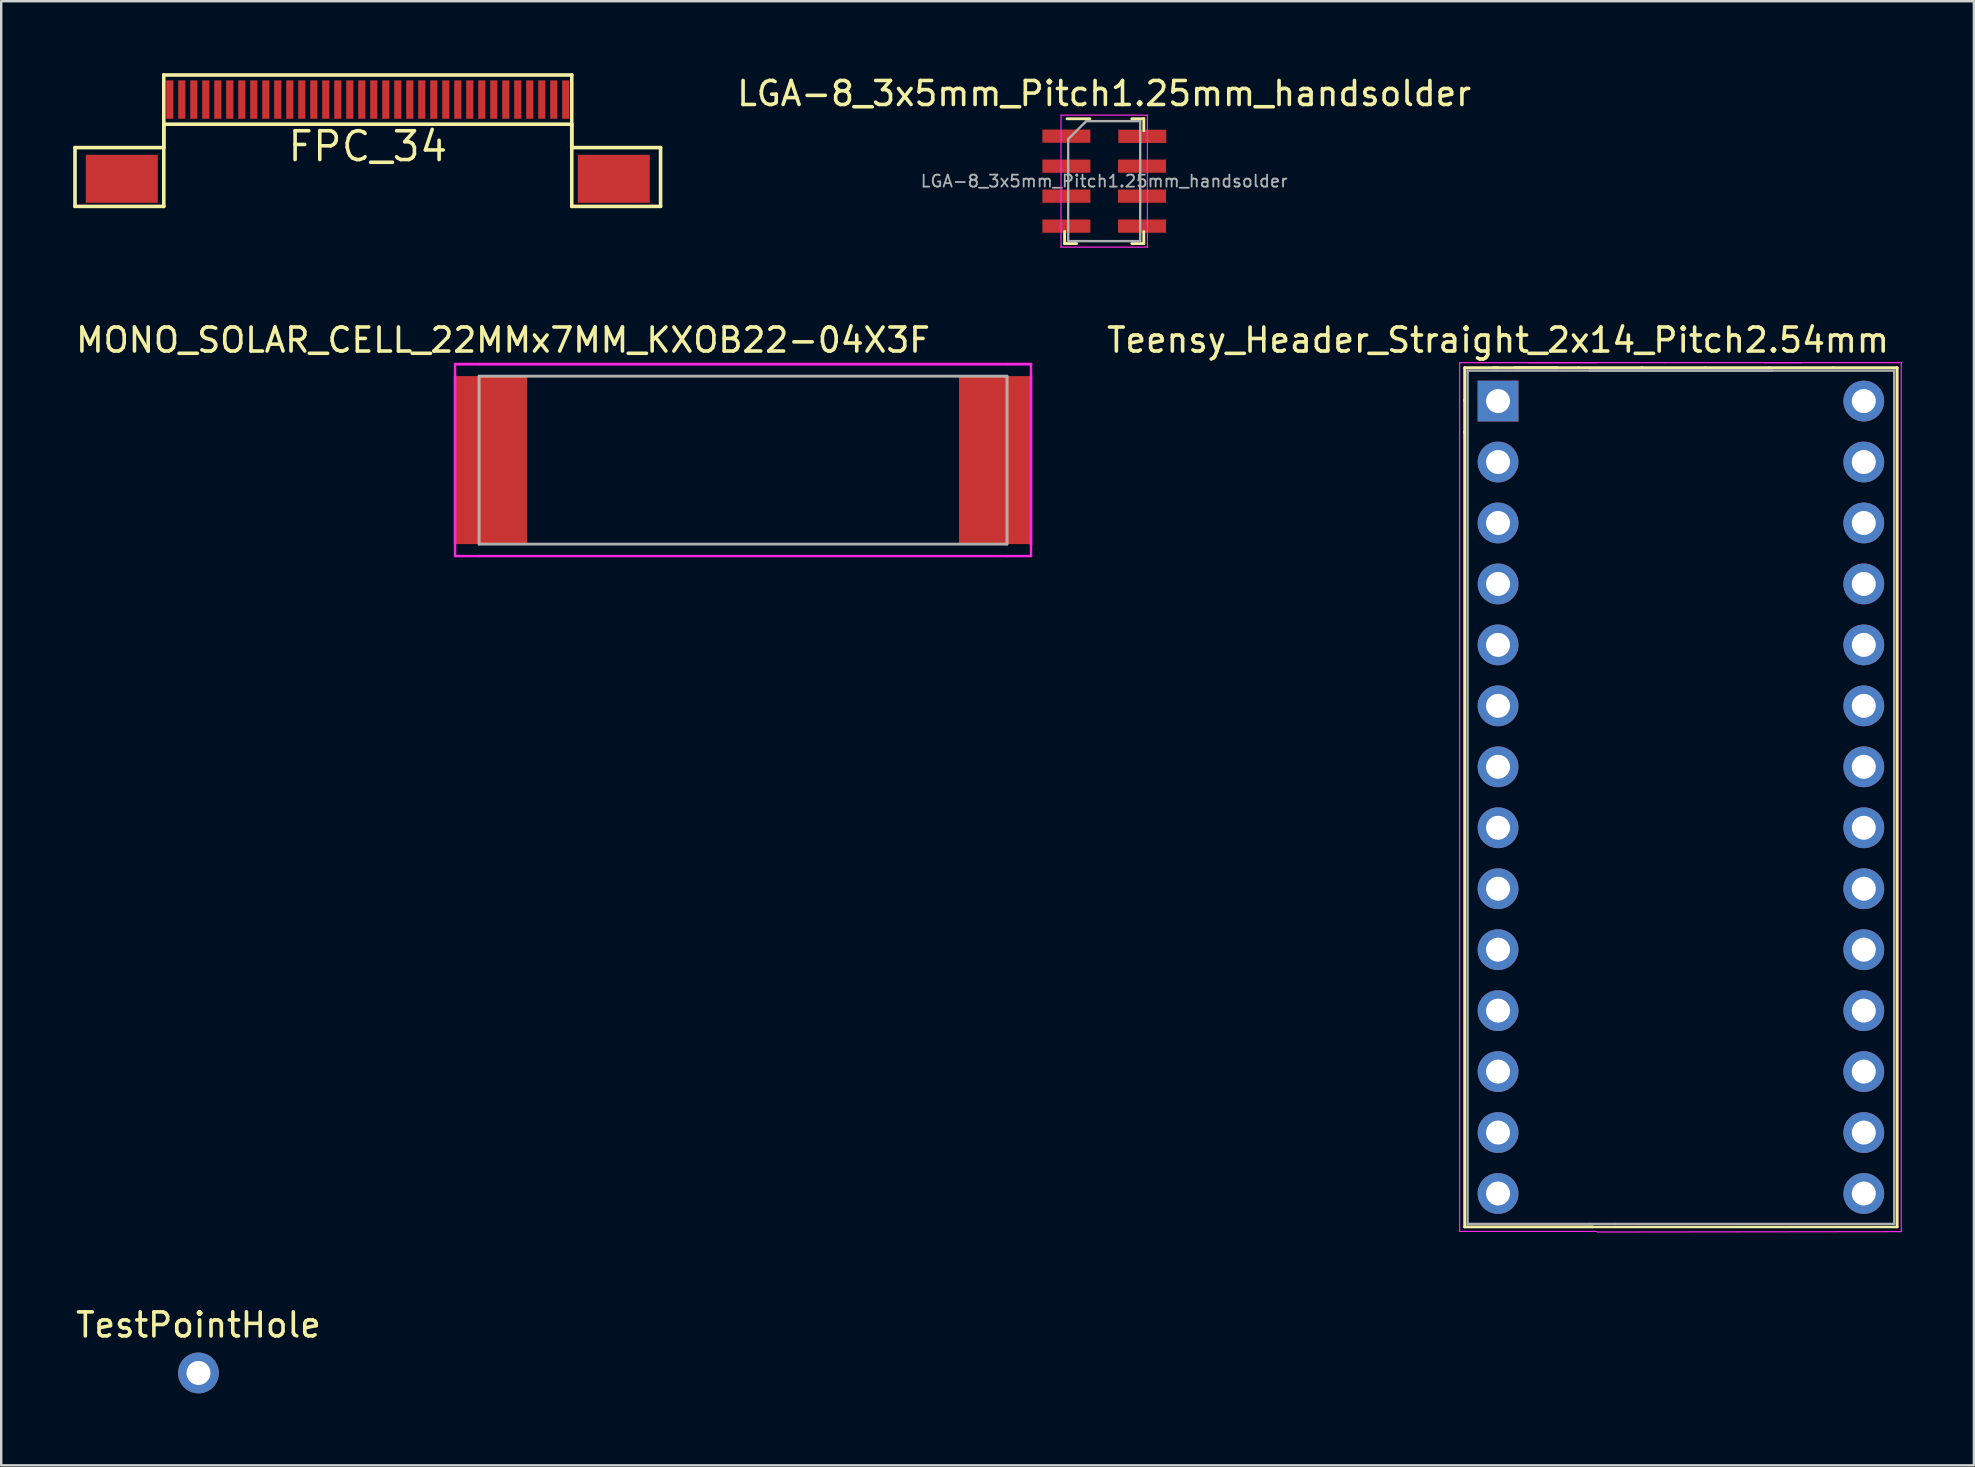
<source format=kicad_pcb>
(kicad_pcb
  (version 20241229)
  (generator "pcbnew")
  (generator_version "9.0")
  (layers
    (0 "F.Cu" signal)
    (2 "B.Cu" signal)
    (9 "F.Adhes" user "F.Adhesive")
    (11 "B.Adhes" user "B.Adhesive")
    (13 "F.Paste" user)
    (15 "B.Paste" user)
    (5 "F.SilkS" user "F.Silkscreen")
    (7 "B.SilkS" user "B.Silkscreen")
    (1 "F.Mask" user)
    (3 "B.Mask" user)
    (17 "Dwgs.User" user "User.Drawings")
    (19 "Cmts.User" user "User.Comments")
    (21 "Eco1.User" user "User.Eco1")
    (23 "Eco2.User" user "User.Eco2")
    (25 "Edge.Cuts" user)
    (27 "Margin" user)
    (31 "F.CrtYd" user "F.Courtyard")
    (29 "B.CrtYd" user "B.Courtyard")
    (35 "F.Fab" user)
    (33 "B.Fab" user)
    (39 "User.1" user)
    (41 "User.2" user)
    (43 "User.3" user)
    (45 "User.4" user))
  (footprint "LGA-8_3x5mm_Pitch1.25mm_handsolder"
    (layer "F.Cu")
    (at 42.961 4.498)
    (property "Reference" "LGA-8_3x5mm_Pitch1.25mm_handsolder" (at 0 -3.65 0) (layer "F.SilkS") (effects (font (size 1 1) (thickness 0.15))))
    (attr smd)
    (fp_line (start -1.65 2.6) (end -1.65 2.1) (stroke (width 0.12) (type solid)) (layer "F.SilkS"))
    (fp_line (start -1.55 -2.6) (end -0.6 -2.6) (stroke (width 0.12) (type solid)) (layer "F.SilkS"))
    (fp_line (start -1.15 2.6) (end -1.65 2.6) (stroke (width 0.12) (type solid)) (layer "F.SilkS"))
    (fp_line (start 1.15 -2.6) (end 1.65 -2.6) (stroke (width 0.12) (type solid)) (layer "F.SilkS"))
    (fp_line (start 1.65 -2.6) (end 1.65 -2.1) (stroke (width 0.12) (type solid)) (layer "F.SilkS"))
    (fp_line (start 1.65 2.1) (end 1.65 2.6) (stroke (width 0.12) (type solid)) (layer "F.SilkS"))
    (fp_line (start 1.65 2.6) (end 1.15 2.6) (stroke (width 0.12) (type solid)) (layer "F.SilkS"))
    (fp_line (start -1.8 -2.75) (end -1.8 2.75) (stroke (width 0.05) (type solid)) (layer "F.CrtYd"))
    (fp_line (start -1.8 -2.75) (end 1.8 -2.75) (stroke (width 0.05) (type solid)) (layer "F.CrtYd"))
    (fp_line (start 1.8 2.75) (end -1.8 2.75) (stroke (width 0.05) (type solid)) (layer "F.CrtYd"))
    (fp_line (start 1.8 2.75) (end 1.8 -2.75) (stroke (width 0.05) (type solid)) (layer "F.CrtYd"))
    (fp_line (start -1.5 -1.75) (end -0.75 -2.5) (stroke (width 0.1) (type solid)) (layer "F.Fab"))
    (fp_line (start -1.5 2.5) (end -1.5 -1.75) (stroke (width 0.1) (type solid)) (layer "F.Fab"))
    (fp_line (start -0.75 -2.5) (end 1.5 -2.5) (stroke (width 0.1) (type solid)) (layer "F.Fab"))
    (fp_line (start 1.5 -2.5) (end 1.5 2.5) (stroke (width 0.1) (type solid)) (layer "F.Fab"))
    (fp_line (start 1.5 2.5) (end -1.5 2.5) (stroke (width 0.1) (type solid)) (layer "F.Fab"))
    (fp_text user "${REFERENCE}" (at 0 0 0) (layer "F.Fab") (effects (font (size 0.5 0.5) (thickness 0.075))))
    (pad "1" smd rect (at -1.575 -1.875) (size 2 0.55) (layers "F.Cu" "F.Mask" "F.Paste"))
    (pad "2" smd rect (at -1.575 -0.625) (size 2 0.55) (layers "F.Cu" "F.Mask" "F.Paste"))
    (pad "3" smd rect (at -1.575 0.625) (size 2 0.55) (layers "F.Cu" "F.Mask" "F.Paste"))
    (pad "4" smd rect (at -1.575 1.875) (size 2 0.55) (layers "F.Cu" "F.Mask" "F.Paste"))
    (pad "5" smd rect (at 1.575 1.875) (size 2 0.55) (layers "F.Cu" "F.Mask" "F.Paste"))
    (pad "6" smd rect (at 1.575 0.625) (size 2 0.55) (layers "F.Cu" "F.Mask" "F.Paste"))
    (pad "7" smd rect (at 1.575 -0.625) (size 2 0.55) (layers "F.Cu" "F.Mask" "F.Paste"))
    (pad "8" smd rect (at 1.587 -1.867) (size 2 0.55) (layers "F.Cu" "F.Mask" "F.Paste")))
  (footprint "Teensy_Header_Straight_2x14_Pitch2.54mm"
    (layer "F.Cu")
    (at 59.372 13.662)
    (property "Reference" "Teensy_Header_Straight_2x14_Pitch2.54mm" (at 0 -2.54 0) (layer "F.SilkS") (effects (font (size 1 1) (thickness 0.15))))
    (attr through_hole)
    (fp_line (start -1.39 -1.39) (end 0 -1.39) (stroke (width 0.12) (type solid)) (layer "F.SilkS"))
    (fp_line (start -1.39 0) (end -1.39 -1.39) (stroke (width 0.12) (type solid)) (layer "F.SilkS"))
    (fp_line (start -1.39 1.27) (end -1.39 34.41) (stroke (width 0.12) (type solid)) (layer "F.SilkS"))
    (fp_line (start -1.39 1.333) (end -1.39 -0.057) (stroke (width 0.12) (type solid)) (layer "F.SilkS"))
    (fp_line (start -1.39 34.41) (end 3.93 34.41) (stroke (width 0.12) (type solid)) (layer "F.SilkS"))
    (fp_line (start 2.47 -1.39) (end -0.191 -1.39) (stroke (width 0.12) (type solid)) (layer "F.SilkS"))
    (fp_line (start 3.358 -1.39) (end 0.699 -1.39) (stroke (width 0.12) (type solid)) (layer "F.SilkS"))
    (fp_line (start 3.937 34.417) (end 16.637 34.417) (stroke (width 0.102) (type solid)) (layer "F.SilkS"))
    (fp_line (start 6.013 -1.39) (end 3.353 -1.39) (stroke (width 0.12) (type solid)) (layer "F.SilkS"))
    (fp_line (start 8.642 -1.39) (end 5.982 -1.39) (stroke (width 0.12) (type solid)) (layer "F.SilkS"))
    (fp_line (start 11.296 -1.39) (end 8.636 -1.39) (stroke (width 0.12) (type solid)) (layer "F.SilkS"))
    (fp_line (start 13.963 -1.39) (end 11.303 -1.39) (stroke (width 0.12) (type solid)) (layer "F.SilkS"))
    (fp_line (start 16.63 -1.39) (end 13.97 -1.39) (stroke (width 0.12) (type solid)) (layer "F.SilkS"))
    (fp_line (start 16.63 34.41) (end 16.63 -1.39) (stroke (width 0.12) (type solid)) (layer "F.SilkS"))
    (fp_line (start -1.6 -1.6) (end -1.6 34.6) (stroke (width 0.05) (type solid)) (layer "F.CrtYd"))
    (fp_line (start -1.6 34.6) (end 4.1 34.6) (stroke (width 0.05) (type solid)) (layer "F.CrtYd"))
    (fp_line (start 4.1 -1.6) (end -1.6 -1.6) (stroke (width 0.05) (type solid)) (layer "F.CrtYd"))
    (fp_line (start 4.128 34.625) (end 16.802 34.608) (stroke (width 0.05) (type solid)) (layer "F.CrtYd"))
    (fp_line (start 6.957 -1.6) (end 1.258 -1.6) (stroke (width 0.05) (type solid)) (layer "F.CrtYd"))
    (fp_line (start 12.647 -1.6) (end 6.947 -1.6) (stroke (width 0.05) (type solid)) (layer "F.CrtYd"))
    (fp_line (start 16.8 -1.6) (end 11.1 -1.6) (stroke (width 0.05) (type solid)) (layer "F.CrtYd"))
    (fp_line (start 16.8 34.6) (end 16.8 -1.6) (stroke (width 0.05) (type solid)) (layer "F.CrtYd"))
    (fp_line (start -1.27 -1.27) (end -1.27 34.29) (stroke (width 0.1) (type solid)) (layer "F.Fab"))
    (fp_line (start -1.27 -1.27) (end 11.43 -1.27) (stroke (width 0.1) (type solid)) (layer "F.Fab"))
    (fp_line (start -1.27 34.29) (end 3.81 34.29) (stroke (width 0.102) (type solid)) (layer "F.Fab"))
    (fp_line (start 3.81 -1.27) (end 16.51 -1.27) (stroke (width 0.1) (type solid)) (layer "F.Fab"))
    (fp_line (start 3.81 34.29) (end 4.902 34.29) (stroke (width 0.102) (type solid)) (layer "F.Fab"))
    (fp_line (start 4.902 34.29) (end 16.51 34.29) (stroke (width 0.102) (type solid)) (layer "F.Fab"))
    (fp_line (start 16.51 34.29) (end 16.51 -1.27) (stroke (width 0.1) (type solid)) (layer "F.Fab"))
    (pad "0" thru_hole oval (at 0 2.54) (size 1.7 1.7) (drill 1) (layers "*.Cu" "*.Mask"))
    (pad "1" thru_hole oval (at 0 5.08) (size 1.7 1.7) (drill 1) (layers "*.Cu" "*.Mask"))
    (pad "2" thru_hole oval (at 0 7.62) (size 1.7 1.7) (drill 1) (layers "*.Cu" "*.Mask"))
    (pad "3" thru_hole oval (at 0 10.16) (size 1.7 1.7) (drill 1) (layers "*.Cu" "*.Mask"))
    (pad "3V3" thru_hole oval (at 15.24 5.08) (size 1.7 1.7) (drill 1) (layers "*.Cu" "*.Mask"))
    (pad "4" thru_hole oval (at 0 12.7) (size 1.7 1.7) (drill 1) (layers "*.Cu" "*.Mask"))
    (pad "5" thru_hole oval (at 0 15.24) (size 1.7 1.7) (drill 1) (layers "*.Cu" "*.Mask"))
    (pad "6" thru_hole oval (at 0 17.78) (size 1.7 1.7) (drill 1) (layers "*.Cu" "*.Mask"))
    (pad "7" thru_hole oval (at 0 20.32) (size 1.7 1.7) (drill 1) (layers "*.Cu" "*.Mask"))
    (pad "8" thru_hole oval (at 0 22.86) (size 1.7 1.7) (drill 1) (layers "*.Cu" "*.Mask"))
    (pad "9" thru_hole oval (at 0 25.4) (size 1.7 1.7) (drill 1) (layers "*.Cu" "*.Mask"))
    (pad "10" thru_hole oval (at 0 27.94) (size 1.7 1.7) (drill 1) (layers "*.Cu" "*.Mask"))
    (pad "11" thru_hole oval (at 0 30.48) (size 1.7 1.7) (drill 1) (layers "*.Cu" "*.Mask"))
    (pad "12" thru_hole oval (at 0 33.02) (size 1.7 1.7) (drill 1) (layers "*.Cu" "*.Mask"))
    (pad "13" thru_hole oval (at 15.24 33.02) (size 1.7 1.7) (drill 1) (layers "*.Cu" "*.Mask"))
    (pad "14" thru_hole oval (at 15.24 30.48) (size 1.7 1.7) (drill 1) (layers "*.Cu" "*.Mask"))
    (pad "15" thru_hole oval (at 15.24 27.94) (size 1.7 1.7) (drill 1) (layers "*.Cu" "*.Mask"))
    (pad "16" thru_hole oval (at 15.24 25.4) (size 1.7 1.7) (drill 1) (layers "*.Cu" "*.Mask"))
    (pad "17" thru_hole oval (at 15.24 22.86) (size 1.7 1.7) (drill 1) (layers "*.Cu" "*.Mask"))
    (pad "18" thru_hole oval (at 15.24 20.32) (size 1.7 1.7) (drill 1) (layers "*.Cu" "*.Mask"))
    (pad "19" thru_hole oval (at 15.24 17.78) (size 1.7 1.7) (drill 1) (layers "*.Cu" "*.Mask"))
    (pad "20" thru_hole oval (at 15.24 15.24) (size 1.7 1.7) (drill 1) (layers "*.Cu" "*.Mask"))
    (pad "21" thru_hole oval (at 15.24 12.7) (size 1.7 1.7) (drill 1) (layers "*.Cu" "*.Mask"))
    (pad "22" thru_hole oval (at 15.24 10.16) (size 1.7 1.7) (drill 1) (layers "*.Cu" "*.Mask"))
    (pad "23" thru_hole oval (at 15.24 7.62) (size 1.7 1.7) (drill 1) (layers "*.Cu" "*.Mask"))
    (pad "AGND" thru_hole oval (at 15.24 2.54) (size 1.7 1.7) (drill 1) (layers "*.Cu" "*.Mask"))
    (pad "GND" thru_hole rect (at 0 0) (size 1.7 1.7) (drill 1) (layers "*.Cu" "*.Mask"))
    (pad "Vin" thru_hole oval (at 15.24 0) (size 1.7 1.7) (drill 1) (layers "*.Cu" "*.Mask")))
  (footprint "MONO_SOLAR_CELL_22MMx7MM_KXOB22-04X3F"
    (layer "F.Cu")
    (at 16.911 12.621)
    (property "Reference" "MONO_SOLAR_CELL_22MMx7MM_KXOB22-04X3F" (at 1 -1.5 0) (layer "F.SilkS") (effects (font (size 1 1) (thickness 0.15))))
    (attr through_hole)
    (fp_line (start 0 0) (end 0 7) (stroke (width 0.102) (type solid)) (layer "F.SilkS"))
    (fp_line (start 0 7) (end 22 7) (stroke (width 0.102) (type solid)) (layer "F.SilkS"))
    (fp_line (start 22 0) (end 0 0) (stroke (width 0.102) (type solid)) (layer "F.SilkS"))
    (fp_line (start 22 7) (end 22 0) (stroke (width 0.102) (type solid)) (layer "F.SilkS"))
    (fp_line (start -1 -0.5) (end -1 0) (stroke (width 0.102) (type solid)) (layer "F.CrtYd"))
    (fp_line (start -1 -0.5) (end 0 -0.5) (stroke (width 0.102) (type solid)) (layer "F.CrtYd"))
    (fp_line (start -1 0) (end -1 7) (stroke (width 0.102) (type solid)) (layer "F.CrtYd"))
    (fp_line (start -1 0) (end -1 7.5) (stroke (width 0.102) (type solid)) (layer "F.CrtYd"))
    (fp_line (start -1 7.5) (end 0 7.5) (stroke (width 0.102) (type solid)) (layer "F.CrtYd"))
    (fp_line (start 0 7.5) (end 22 7.5) (stroke (width 0.102) (type solid)) (layer "F.CrtYd"))
    (fp_line (start 22 -0.5) (end 0 -0.5) (stroke (width 0.102) (type solid)) (layer "F.CrtYd"))
    (fp_line (start 23 -0.5) (end -1 -0.5) (stroke (width 0.102) (type solid)) (layer "F.CrtYd"))
    (fp_line (start 23 -0.5) (end 22 -0.5) (stroke (width 0.102) (type solid)) (layer "F.CrtYd"))
    (fp_line (start 23 0) (end 23 -0.5) (stroke (width 0.102) (type solid)) (layer "F.CrtYd"))
    (fp_line (start 23 0) (end 23 7) (stroke (width 0.102) (type solid)) (layer "F.CrtYd"))
    (fp_line (start 23 7) (end 23 0) (stroke (width 0.102) (type solid)) (layer "F.CrtYd"))
    (fp_line (start 23 7.5) (end 22 7.5) (stroke (width 0.102) (type solid)) (layer "F.CrtYd"))
    (fp_line (start 23 7.5) (end 23 7) (stroke (width 0.102) (type solid)) (layer "F.CrtYd"))
    (fp_line (start 0 0) (end 22 0) (stroke (width 0.102) (type solid)) (layer "F.Fab"))
    (fp_line (start 0 7) (end 0 0) (stroke (width 0.102) (type solid)) (layer "F.Fab"))
    (fp_line (start 22 0) (end 22 7) (stroke (width 0.102) (type solid)) (layer "F.Fab"))
    (fp_line (start 22 7) (end 0 7) (stroke (width 0.102) (type solid)) (layer "F.Fab"))
    (pad "1" smd rect (at 0.5 3.5) (size 3 7) (layers "F.Cu" "F.Mask" "F.Paste"))
    (pad "2" smd rect (at 21.5 3.5) (size 3 7) (layers "F.Cu" "F.Mask" "F.Paste")))
  (footprint "TestPointHole"
    (layer "F.Cu")
    (at 5.22 54.16)
    (property "Reference" "TestPointHole" (at 0 -2 0) (layer "F.SilkS") (effects (font (size 1 1) (thickness 0.15))))
    (attr through_hole)
    (pad "1" thru_hole oval (at 0 0) (size 1.7 1.7) (drill 1) (layers "*.Cu" "*.Mask")))
  (footprint "FPC_34"
    (layer "F.Cu")
    (at 12.275 1.1)
    (property "Reference" "FPC_34" (at 0 1.95 0) (layer "F.SilkS") (effects (font (size 1.2 1.2) (thickness 0.15))))
    (attr through_hole)
    (fp_line (start -12.2 2) (end -8.5 2) (stroke (width 0.15) (type solid)) (layer "F.SilkS"))
    (fp_line (start -12.2 4.45) (end -12.2 2) (stroke (width 0.15) (type solid)) (layer "F.SilkS"))
    (fp_line (start -8.5 -1.025) (end 8.5 -1.025) (stroke (width 0.15) (type solid)) (layer "F.SilkS"))
    (fp_line (start -8.5 1.025) (end -8.5 4.45) (stroke (width 0.15) (type solid)) (layer "F.SilkS"))
    (fp_line (start -8.5 1.025) (end 8.5 1.025) (stroke (width 0.15) (type solid)) (layer "F.SilkS"))
    (fp_line (start -8.5 2) (end -8.5 -1.025) (stroke (width 0.15) (type solid)) (layer "F.SilkS"))
    (fp_line (start -8.5 4.45) (end -12.2 4.45) (stroke (width 0.15) (type solid)) (layer "F.SilkS"))
    (fp_line (start 8.5 1.025) (end 8.5 4.45) (stroke (width 0.15) (type solid)) (layer "F.SilkS"))
    (fp_line (start 8.5 2) (end 8.5 -1.025) (stroke (width 0.15) (type solid)) (layer "F.SilkS"))
    (fp_line (start 8.5 4.45) (end 12.2 4.45) (stroke (width 0.15) (type solid)) (layer "F.SilkS"))
    (fp_line (start 12.2 2) (end 8.5 2) (stroke (width 0.15) (type solid)) (layer "F.SilkS"))
    (fp_line (start 12.2 4.45) (end 12.2 2) (stroke (width 0.15) (type solid)) (layer "F.SilkS"))
    (pad "0" smd rect (at -10.25 3.3) (size 3 2) (layers "F.Cu" "F.Mask" "F.Paste"))
    (pad "0" smd rect (at 10.25 3.3) (size 3 2) (layers "F.Cu" "F.Mask" "F.Paste"))
    (pad "1" smd rect (at -8.25 0) (size 0.3 1.6) (layers "F.Cu" "F.Mask" "F.Paste"))
    (pad "2" smd rect (at -7.75 0) (size 0.3 1.6) (layers "F.Cu" "F.Mask" "F.Paste"))
    (pad "3" smd rect (at -7.25 0) (size 0.3 1.6) (layers "F.Cu" "F.Mask" "F.Paste"))
    (pad "4" smd rect (at -6.75 0) (size 0.3 1.6) (layers "F.Cu" "F.Mask" "F.Paste"))
    (pad "5" smd rect (at -6.25 0) (size 0.3 1.6) (layers "F.Cu" "F.Mask" "F.Paste"))
    (pad "6" smd rect (at -5.75 0) (size 0.3 1.6) (layers "F.Cu" "F.Mask" "F.Paste"))
    (pad "7" smd rect (at -5.25 0) (size 0.3 1.6) (layers "F.Cu" "F.Mask" "F.Paste"))
    (pad "8" smd rect (at -4.75 0) (size 0.3 1.6) (layers "F.Cu" "F.Mask" "F.Paste"))
    (pad "9" smd rect (at -4.25 0) (size 0.3 1.6) (layers "F.Cu" "F.Mask" "F.Paste"))
    (pad "10" smd rect (at -3.75 0) (size 0.3 1.6) (layers "F.Cu" "F.Mask" "F.Paste"))
    (pad "11" smd rect (at -3.25 0) (size 0.3 1.6) (layers "F.Cu" "F.Mask" "F.Paste"))
    (pad "12" smd rect (at -2.75 0) (size 0.3 1.6) (layers "F.Cu" "F.Mask" "F.Paste"))
    (pad "13" smd rect (at -2.25 0) (size 0.3 1.6) (layers "F.Cu" "F.Mask" "F.Paste"))
    (pad "14" smd rect (at -1.75 0) (size 0.3 1.6) (layers "F.Cu" "F.Mask" "F.Paste"))
    (pad "15" smd rect (at -1.25 0) (size 0.3 1.6) (layers "F.Cu" "F.Mask" "F.Paste"))
    (pad "16" smd rect (at -0.75 0) (size 0.3 1.6) (layers "F.Cu" "F.Mask" "F.Paste"))
    (pad "17" smd rect (at -0.25 0) (size 0.3 1.6) (layers "F.Cu" "F.Mask" "F.Paste"))
    (pad "18" smd rect (at 0.25 0) (size 0.3 1.6) (layers "F.Cu" "F.Mask" "F.Paste"))
    (pad "19" smd rect (at 0.75 0) (size 0.3 1.6) (layers "F.Cu" "F.Mask" "F.Paste"))
    (pad "20" smd rect (at 1.25 0) (size 0.3 1.6) (layers "F.Cu" "F.Mask" "F.Paste"))
    (pad "21" smd rect (at 1.75 0) (size 0.3 1.6) (layers "F.Cu" "F.Mask" "F.Paste"))
    (pad "22" smd rect (at 2.25 0) (size 0.3 1.6) (layers "F.Cu" "F.Mask" "F.Paste"))
    (pad "23" smd rect (at 2.75 0) (size 0.3 1.6) (layers "F.Cu" "F.Mask" "F.Paste"))
    (pad "24" smd rect (at 3.25 0) (size 0.3 1.6) (layers "F.Cu" "F.Mask" "F.Paste"))
    (pad "25" smd rect (at 3.75 0) (size 0.3 1.6) (layers "F.Cu" "F.Mask" "F.Paste"))
    (pad "26" smd rect (at 4.25 0) (size 0.3 1.6) (layers "F.Cu" "F.Mask" "F.Paste"))
    (pad "27" smd rect (at 4.75 0) (size 0.3 1.6) (layers "F.Cu" "F.Mask" "F.Paste"))
    (pad "28" smd rect (at 5.25 0) (size 0.3 1.6) (layers "F.Cu" "F.Mask" "F.Paste"))
    (pad "29" smd rect (at 5.75 0) (size 0.3 1.6) (layers "F.Cu" "F.Mask" "F.Paste"))
    (pad "30" smd rect (at 6.25 0) (size 0.3 1.6) (layers "F.Cu" "F.Mask" "F.Paste"))
    (pad "31" smd rect (at 6.75 0) (size 0.3 1.6) (layers "F.Cu" "F.Mask" "F.Paste"))
    (pad "32" smd rect (at 7.25 0) (size 0.3 1.6) (layers "F.Cu" "F.Mask" "F.Paste"))
    (pad "33" smd rect (at 7.75 0) (size 0.3 1.6) (layers "F.Cu" "F.Mask" "F.Paste"))
    (pad "34" smd rect (at 8.25 0) (size 0.3 1.6) (layers "F.Cu" "F.Mask" "F.Paste")))
  (gr_rect
    (start -3 -3)
    (end 79.199 58.01)
    (stroke (width 0.1) (type default))
    (fill no)
    (layer "Edge.Cuts")))
</source>
